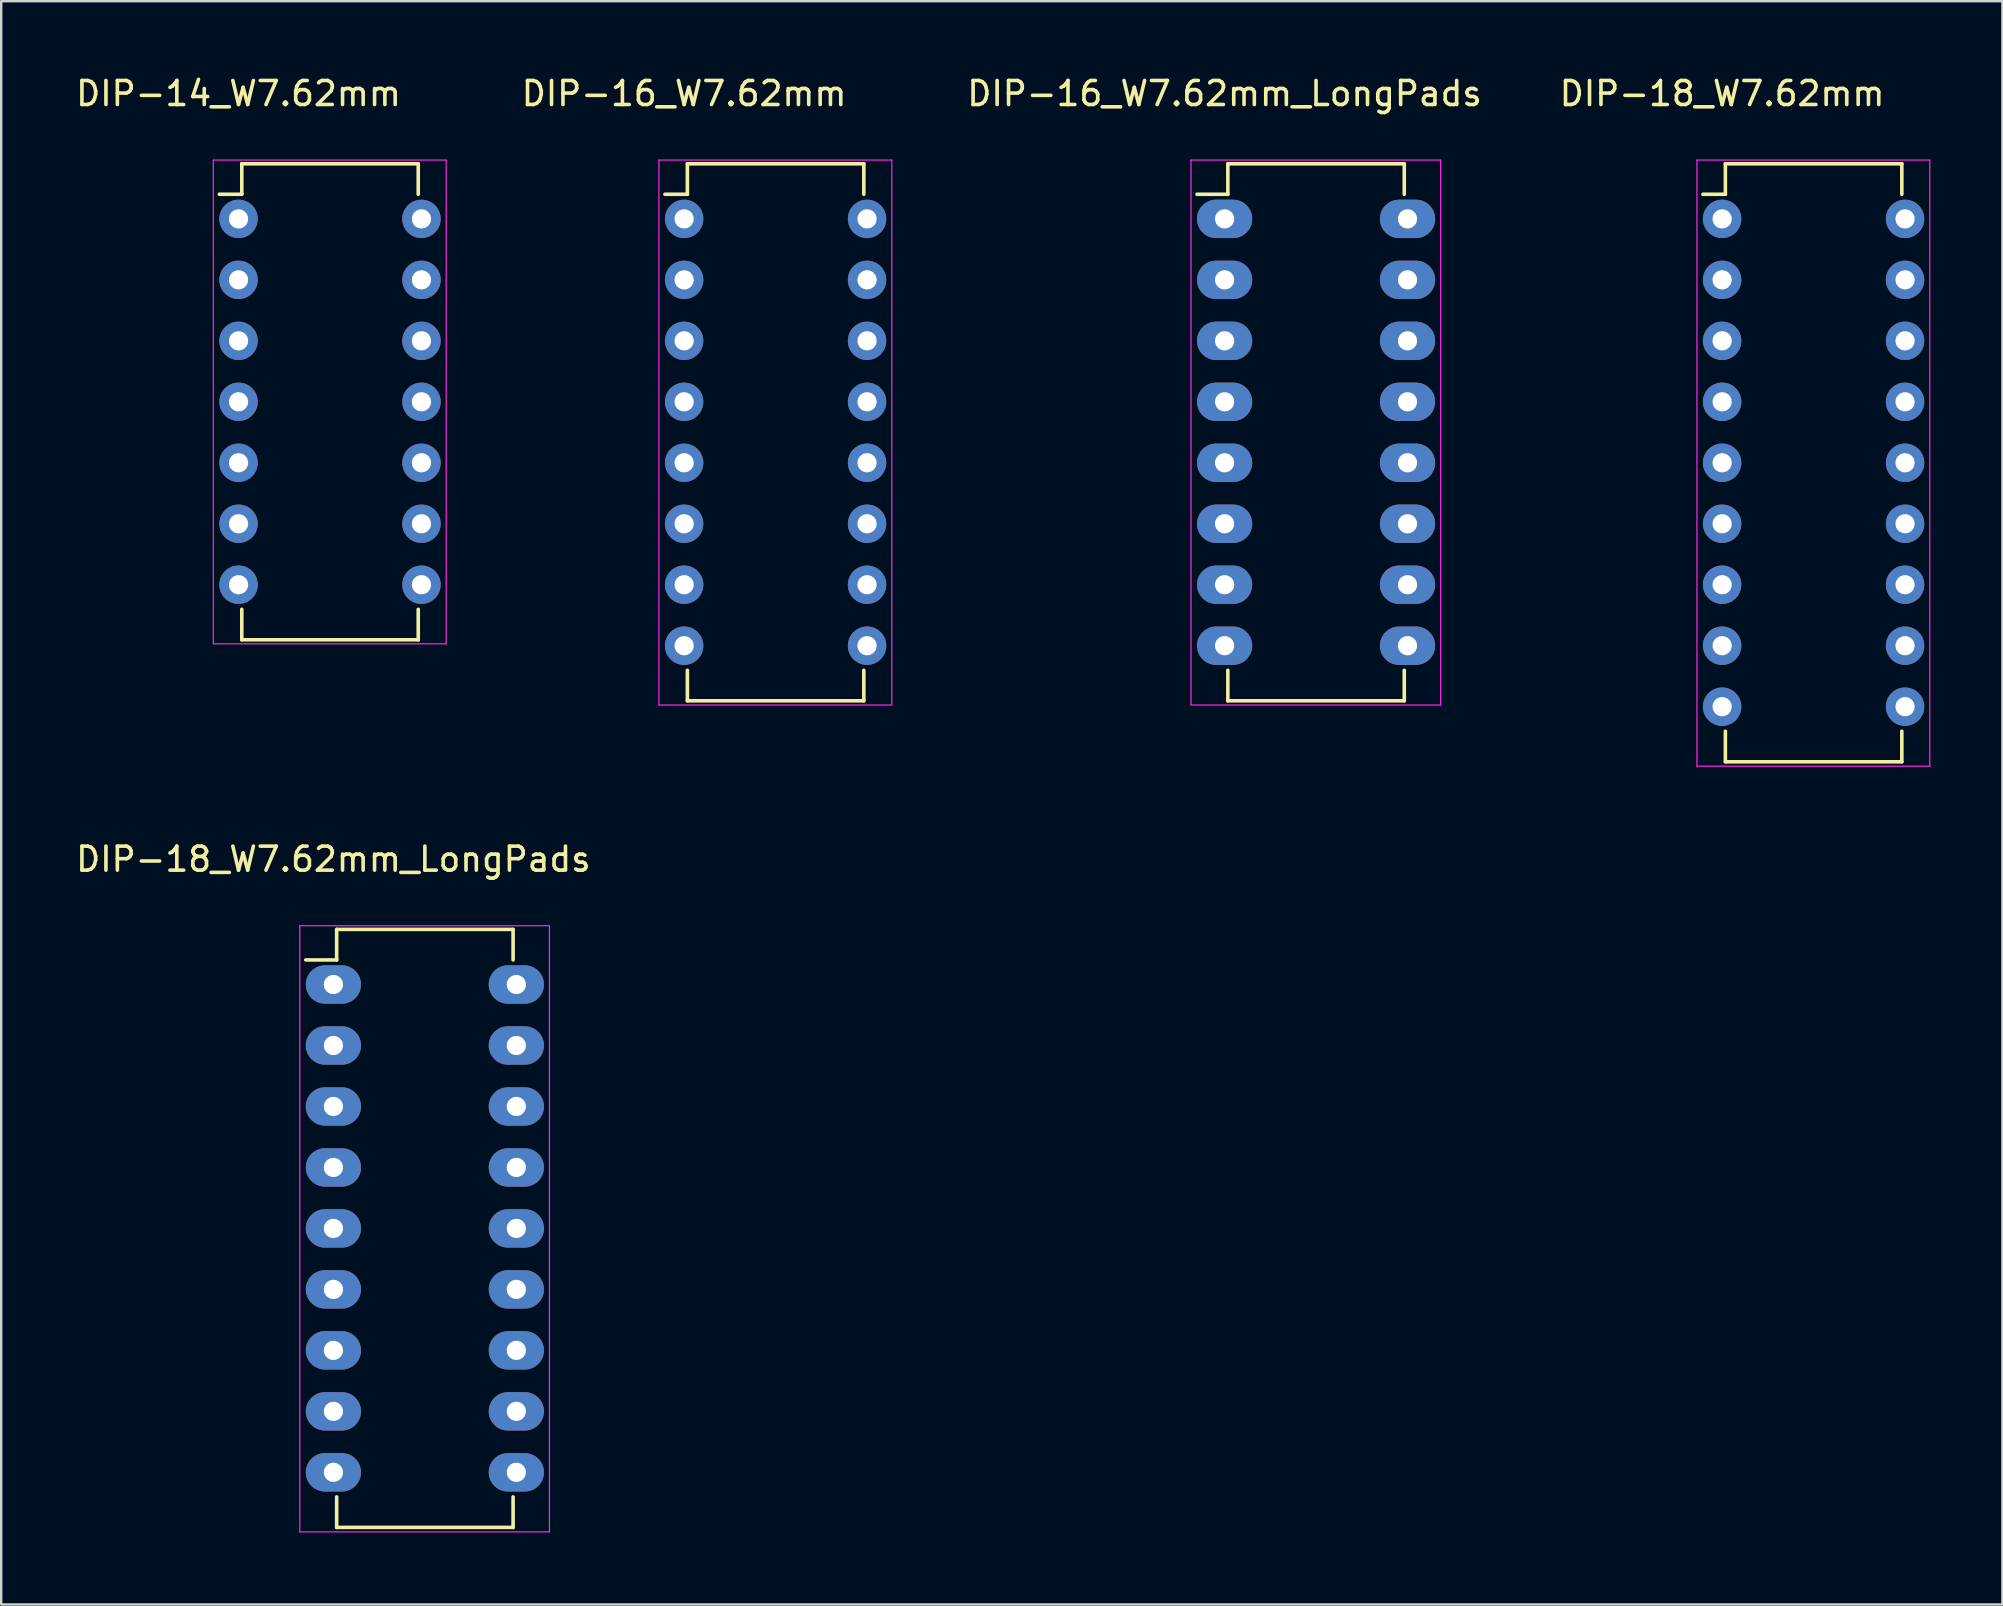
<source format=kicad_pcb>
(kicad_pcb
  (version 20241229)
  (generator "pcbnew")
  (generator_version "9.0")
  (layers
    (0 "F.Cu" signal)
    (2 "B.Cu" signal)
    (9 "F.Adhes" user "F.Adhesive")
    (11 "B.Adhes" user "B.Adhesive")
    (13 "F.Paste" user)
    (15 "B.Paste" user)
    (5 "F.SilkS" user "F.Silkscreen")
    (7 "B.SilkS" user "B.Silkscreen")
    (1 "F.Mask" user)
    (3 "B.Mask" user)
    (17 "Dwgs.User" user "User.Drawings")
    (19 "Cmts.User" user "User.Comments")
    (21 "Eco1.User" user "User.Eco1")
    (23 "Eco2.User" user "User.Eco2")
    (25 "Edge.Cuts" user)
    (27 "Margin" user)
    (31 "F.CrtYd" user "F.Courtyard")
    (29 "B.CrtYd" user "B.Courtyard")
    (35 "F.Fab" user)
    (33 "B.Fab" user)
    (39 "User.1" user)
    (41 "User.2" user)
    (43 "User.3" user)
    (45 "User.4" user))
  (footprint "DIP-16_W7.62mm_LongPads"
    (layer "F.Cu")
    (at 47.963 6.068)
    (property "Reference" "DIP-16_W7.62mm_LongPads" (at 0 -5.22 0) (layer "F.SilkS") (effects (font (size 1 1) (thickness 0.15))))
    (attr through_hole)
    (fp_line (start 0.135 -2.295) (end 0.135 -1.025) (stroke (width 0.15) (type solid)) (layer "F.SilkS"))
    (fp_line (start 0.135 -2.295) (end 7.485 -2.295) (stroke (width 0.15) (type solid)) (layer "F.SilkS"))
    (fp_line (start 0.135 -1.025) (end -1.15 -1.025) (stroke (width 0.15) (type solid)) (layer "F.SilkS"))
    (fp_line (start 0.135 20.075) (end 0.135 18.805) (stroke (width 0.15) (type solid)) (layer "F.SilkS"))
    (fp_line (start 0.135 20.075) (end 7.485 20.075) (stroke (width 0.15) (type solid)) (layer "F.SilkS"))
    (fp_line (start 7.485 -2.295) (end 7.485 -1.025) (stroke (width 0.15) (type solid)) (layer "F.SilkS"))
    (fp_line (start 7.485 20.075) (end 7.485 18.805) (stroke (width 0.15) (type solid)) (layer "F.SilkS"))
    (fp_line (start -1.4 -2.45) (end -1.4 20.25) (stroke (width 0.05) (type solid)) (layer "F.CrtYd"))
    (fp_line (start -1.4 -2.45) (end 9 -2.45) (stroke (width 0.05) (type solid)) (layer "F.CrtYd"))
    (fp_line (start -1.4 20.25) (end 9 20.25) (stroke (width 0.05) (type solid)) (layer "F.CrtYd"))
    (fp_line (start 9 -2.45) (end 9 20.25) (stroke (width 0.05) (type solid)) (layer "F.CrtYd"))
    (pad "1" thru_hole oval (at 0 0) (size 2.3 1.6) (drill 0.8) (layers "*.Cu" "*.Mask"))
    (pad "2" thru_hole oval (at 0 2.54) (size 2.3 1.6) (drill 0.8) (layers "*.Cu" "*.Mask"))
    (pad "3" thru_hole oval (at 0 5.08) (size 2.3 1.6) (drill 0.8) (layers "*.Cu" "*.Mask"))
    (pad "4" thru_hole oval (at 0 7.62) (size 2.3 1.6) (drill 0.8) (layers "*.Cu" "*.Mask"))
    (pad "5" thru_hole oval (at 0 10.16) (size 2.3 1.6) (drill 0.8) (layers "*.Cu" "*.Mask"))
    (pad "6" thru_hole oval (at 0 12.7) (size 2.3 1.6) (drill 0.8) (layers "*.Cu" "*.Mask"))
    (pad "7" thru_hole oval (at 0 15.24) (size 2.3 1.6) (drill 0.8) (layers "*.Cu" "*.Mask"))
    (pad "8" thru_hole oval (at 0 17.78) (size 2.3 1.6) (drill 0.8) (layers "*.Cu" "*.Mask"))
    (pad "9" thru_hole oval (at 7.62 17.78) (size 2.3 1.6) (drill 0.8) (layers "*.Cu" "*.Mask"))
    (pad "10" thru_hole oval (at 7.62 15.24) (size 2.3 1.6) (drill 0.8) (layers "*.Cu" "*.Mask"))
    (pad "11" thru_hole oval (at 7.62 12.7) (size 2.3 1.6) (drill 0.8) (layers "*.Cu" "*.Mask"))
    (pad "12" thru_hole oval (at 7.62 10.16) (size 2.3 1.6) (drill 0.8) (layers "*.Cu" "*.Mask"))
    (pad "13" thru_hole oval (at 7.62 7.62) (size 2.3 1.6) (drill 0.8) (layers "*.Cu" "*.Mask"))
    (pad "14" thru_hole oval (at 7.62 5.08) (size 2.3 1.6) (drill 0.8) (layers "*.Cu" "*.Mask"))
    (pad "15" thru_hole oval (at 7.62 2.54) (size 2.3 1.6) (drill 0.8) (layers "*.Cu" "*.Mask"))
    (pad "16" thru_hole oval (at 7.62 0) (size 2.3 1.6) (drill 0.8) (layers "*.Cu" "*.Mask")))
  (footprint "DIP-14_W7.62mm"
    (layer "F.Cu")
    (at 6.887 6.068)
    (property "Reference" "DIP-14_W7.62mm" (at 0 -5.22 0) (layer "F.SilkS") (effects (font (size 1 1) (thickness 0.15))))
    (attr through_hole)
    (fp_line (start 0.135 -2.295) (end 0.135 -1.025) (stroke (width 0.15) (type solid)) (layer "F.SilkS"))
    (fp_line (start 0.135 -2.295) (end 7.485 -2.295) (stroke (width 0.15) (type solid)) (layer "F.SilkS"))
    (fp_line (start 0.135 -1.025) (end -0.8 -1.025) (stroke (width 0.15) (type solid)) (layer "F.SilkS"))
    (fp_line (start 0.135 17.535) (end 0.135 16.265) (stroke (width 0.15) (type solid)) (layer "F.SilkS"))
    (fp_line (start 0.135 17.535) (end 7.485 17.535) (stroke (width 0.15) (type solid)) (layer "F.SilkS"))
    (fp_line (start 7.485 -2.295) (end 7.485 -1.025) (stroke (width 0.15) (type solid)) (layer "F.SilkS"))
    (fp_line (start 7.485 17.535) (end 7.485 16.265) (stroke (width 0.15) (type solid)) (layer "F.SilkS"))
    (fp_line (start -1.05 -2.45) (end -1.05 17.7) (stroke (width 0.05) (type solid)) (layer "F.CrtYd"))
    (fp_line (start -1.05 -2.45) (end 8.65 -2.45) (stroke (width 0.05) (type solid)) (layer "F.CrtYd"))
    (fp_line (start -1.05 17.7) (end 8.65 17.7) (stroke (width 0.05) (type solid)) (layer "F.CrtYd"))
    (fp_line (start 8.65 -2.45) (end 8.65 17.7) (stroke (width 0.05) (type solid)) (layer "F.CrtYd"))
    (pad "1" thru_hole oval (at 0 0) (size 1.6 1.6) (drill 0.8) (layers "*.Cu" "*.Mask"))
    (pad "2" thru_hole oval (at 0 2.54) (size 1.6 1.6) (drill 0.8) (layers "*.Cu" "*.Mask"))
    (pad "3" thru_hole oval (at 0 5.08) (size 1.6 1.6) (drill 0.8) (layers "*.Cu" "*.Mask"))
    (pad "4" thru_hole oval (at 0 7.62) (size 1.6 1.6) (drill 0.8) (layers "*.Cu" "*.Mask"))
    (pad "5" thru_hole oval (at 0 10.16) (size 1.6 1.6) (drill 0.8) (layers "*.Cu" "*.Mask"))
    (pad "6" thru_hole oval (at 0 12.7) (size 1.6 1.6) (drill 0.8) (layers "*.Cu" "*.Mask"))
    (pad "7" thru_hole oval (at 0 15.24) (size 1.6 1.6) (drill 0.8) (layers "*.Cu" "*.Mask"))
    (pad "8" thru_hole oval (at 7.62 15.24) (size 1.6 1.6) (drill 0.8) (layers "*.Cu" "*.Mask"))
    (pad "9" thru_hole oval (at 7.62 12.7) (size 1.6 1.6) (drill 0.8) (layers "*.Cu" "*.Mask"))
    (pad "10" thru_hole oval (at 7.62 10.16) (size 1.6 1.6) (drill 0.8) (layers "*.Cu" "*.Mask"))
    (pad "11" thru_hole oval (at 7.62 7.62) (size 1.6 1.6) (drill 0.8) (layers "*.Cu" "*.Mask"))
    (pad "12" thru_hole oval (at 7.62 5.08) (size 1.6 1.6) (drill 0.8) (layers "*.Cu" "*.Mask"))
    (pad "13" thru_hole oval (at 7.62 2.54) (size 1.6 1.6) (drill 0.8) (layers "*.Cu" "*.Mask"))
    (pad "14" thru_hole oval (at 7.62 0) (size 1.6 1.6) (drill 0.8) (layers "*.Cu" "*.Mask")))
  (footprint "DIP-16_W7.62mm"
    (layer "F.Cu")
    (at 25.449 6.068)
    (property "Reference" "DIP-16_W7.62mm" (at 0 -5.22 0) (layer "F.SilkS") (effects (font (size 1 1) (thickness 0.15))))
    (attr through_hole)
    (fp_line (start 0.135 -2.295) (end 0.135 -1.025) (stroke (width 0.15) (type solid)) (layer "F.SilkS"))
    (fp_line (start 0.135 -2.295) (end 7.485 -2.295) (stroke (width 0.15) (type solid)) (layer "F.SilkS"))
    (fp_line (start 0.135 -1.025) (end -0.8 -1.025) (stroke (width 0.15) (type solid)) (layer "F.SilkS"))
    (fp_line (start 0.135 20.075) (end 0.135 18.805) (stroke (width 0.15) (type solid)) (layer "F.SilkS"))
    (fp_line (start 0.135 20.075) (end 7.485 20.075) (stroke (width 0.15) (type solid)) (layer "F.SilkS"))
    (fp_line (start 7.485 -2.295) (end 7.485 -1.025) (stroke (width 0.15) (type solid)) (layer "F.SilkS"))
    (fp_line (start 7.485 20.075) (end 7.485 18.805) (stroke (width 0.15) (type solid)) (layer "F.SilkS"))
    (fp_line (start -1.05 -2.45) (end -1.05 20.25) (stroke (width 0.05) (type solid)) (layer "F.CrtYd"))
    (fp_line (start -1.05 -2.45) (end 8.65 -2.45) (stroke (width 0.05) (type solid)) (layer "F.CrtYd"))
    (fp_line (start -1.05 20.25) (end 8.65 20.25) (stroke (width 0.05) (type solid)) (layer "F.CrtYd"))
    (fp_line (start 8.65 -2.45) (end 8.65 20.25) (stroke (width 0.05) (type solid)) (layer "F.CrtYd"))
    (pad "1" thru_hole oval (at 0 0) (size 1.6 1.6) (drill 0.8) (layers "*.Cu" "*.Mask"))
    (pad "2" thru_hole oval (at 0 2.54) (size 1.6 1.6) (drill 0.8) (layers "*.Cu" "*.Mask"))
    (pad "3" thru_hole oval (at 0 5.08) (size 1.6 1.6) (drill 0.8) (layers "*.Cu" "*.Mask"))
    (pad "4" thru_hole oval (at 0 7.62) (size 1.6 1.6) (drill 0.8) (layers "*.Cu" "*.Mask"))
    (pad "5" thru_hole oval (at 0 10.16) (size 1.6 1.6) (drill 0.8) (layers "*.Cu" "*.Mask"))
    (pad "6" thru_hole oval (at 0 12.7) (size 1.6 1.6) (drill 0.8) (layers "*.Cu" "*.Mask"))
    (pad "7" thru_hole oval (at 0 15.24) (size 1.6 1.6) (drill 0.8) (layers "*.Cu" "*.Mask"))
    (pad "8" thru_hole oval (at 0 17.78) (size 1.6 1.6) (drill 0.8) (layers "*.Cu" "*.Mask"))
    (pad "9" thru_hole oval (at 7.62 17.78) (size 1.6 1.6) (drill 0.8) (layers "*.Cu" "*.Mask"))
    (pad "10" thru_hole oval (at 7.62 15.24) (size 1.6 1.6) (drill 0.8) (layers "*.Cu" "*.Mask"))
    (pad "11" thru_hole oval (at 7.62 12.7) (size 1.6 1.6) (drill 0.8) (layers "*.Cu" "*.Mask"))
    (pad "12" thru_hole oval (at 7.62 10.16) (size 1.6 1.6) (drill 0.8) (layers "*.Cu" "*.Mask"))
    (pad "13" thru_hole oval (at 7.62 7.62) (size 1.6 1.6) (drill 0.8) (layers "*.Cu" "*.Mask"))
    (pad "14" thru_hole oval (at 7.62 5.08) (size 1.6 1.6) (drill 0.8) (layers "*.Cu" "*.Mask"))
    (pad "15" thru_hole oval (at 7.62 2.54) (size 1.6 1.6) (drill 0.8) (layers "*.Cu" "*.Mask"))
    (pad "16" thru_hole oval (at 7.62 0) (size 1.6 1.6) (drill 0.8) (layers "*.Cu" "*.Mask")))
  (footprint "DIP-18_W7.62mm"
    (layer "F.Cu")
    (at 68.689 6.068)
    (property "Reference" "DIP-18_W7.62mm" (at 0 -5.22 0) (layer "F.SilkS") (effects (font (size 1 1) (thickness 0.15))))
    (attr through_hole)
    (fp_line (start 0.135 -2.295) (end 0.135 -1.025) (stroke (width 0.15) (type solid)) (layer "F.SilkS"))
    (fp_line (start 0.135 -2.295) (end 7.485 -2.295) (stroke (width 0.15) (type solid)) (layer "F.SilkS"))
    (fp_line (start 0.135 -1.025) (end -0.8 -1.025) (stroke (width 0.15) (type solid)) (layer "F.SilkS"))
    (fp_line (start 0.135 22.615) (end 0.135 21.345) (stroke (width 0.15) (type solid)) (layer "F.SilkS"))
    (fp_line (start 0.135 22.615) (end 7.485 22.615) (stroke (width 0.15) (type solid)) (layer "F.SilkS"))
    (fp_line (start 7.485 -2.295) (end 7.485 -1.025) (stroke (width 0.15) (type solid)) (layer "F.SilkS"))
    (fp_line (start 7.485 22.615) (end 7.485 21.345) (stroke (width 0.15) (type solid)) (layer "F.SilkS"))
    (fp_line (start -1.05 -2.45) (end -1.05 22.8) (stroke (width 0.05) (type solid)) (layer "F.CrtYd"))
    (fp_line (start -1.05 -2.45) (end 8.65 -2.45) (stroke (width 0.05) (type solid)) (layer "F.CrtYd"))
    (fp_line (start -1.05 22.8) (end 8.65 22.8) (stroke (width 0.05) (type solid)) (layer "F.CrtYd"))
    (fp_line (start 8.65 -2.45) (end 8.65 22.8) (stroke (width 0.05) (type solid)) (layer "F.CrtYd"))
    (pad "1" thru_hole oval (at 0 0) (size 1.6 1.6) (drill 0.8) (layers "*.Cu" "*.Mask"))
    (pad "2" thru_hole oval (at 0 2.54) (size 1.6 1.6) (drill 0.8) (layers "*.Cu" "*.Mask"))
    (pad "3" thru_hole oval (at 0 5.08) (size 1.6 1.6) (drill 0.8) (layers "*.Cu" "*.Mask"))
    (pad "4" thru_hole oval (at 0 7.62) (size 1.6 1.6) (drill 0.8) (layers "*.Cu" "*.Mask"))
    (pad "5" thru_hole oval (at 0 10.16) (size 1.6 1.6) (drill 0.8) (layers "*.Cu" "*.Mask"))
    (pad "6" thru_hole oval (at 0 12.7) (size 1.6 1.6) (drill 0.8) (layers "*.Cu" "*.Mask"))
    (pad "7" thru_hole oval (at 0 15.24) (size 1.6 1.6) (drill 0.8) (layers "*.Cu" "*.Mask"))
    (pad "8" thru_hole oval (at 0 17.78) (size 1.6 1.6) (drill 0.8) (layers "*.Cu" "*.Mask"))
    (pad "9" thru_hole oval (at 0 20.32) (size 1.6 1.6) (drill 0.8) (layers "*.Cu" "*.Mask"))
    (pad "10" thru_hole oval (at 7.62 20.32) (size 1.6 1.6) (drill 0.8) (layers "*.Cu" "*.Mask"))
    (pad "11" thru_hole oval (at 7.62 17.78) (size 1.6 1.6) (drill 0.8) (layers "*.Cu" "*.Mask"))
    (pad "12" thru_hole oval (at 7.62 15.24) (size 1.6 1.6) (drill 0.8) (layers "*.Cu" "*.Mask"))
    (pad "13" thru_hole oval (at 7.62 12.7) (size 1.6 1.6) (drill 0.8) (layers "*.Cu" "*.Mask"))
    (pad "14" thru_hole oval (at 7.62 10.16) (size 1.6 1.6) (drill 0.8) (layers "*.Cu" "*.Mask"))
    (pad "15" thru_hole oval (at 7.62 7.62) (size 1.6 1.6) (drill 0.8) (layers "*.Cu" "*.Mask"))
    (pad "16" thru_hole oval (at 7.62 5.08) (size 1.6 1.6) (drill 0.8) (layers "*.Cu" "*.Mask"))
    (pad "17" thru_hole oval (at 7.62 2.54) (size 1.6 1.6) (drill 0.8) (layers "*.Cu" "*.Mask"))
    (pad "18" thru_hole oval (at 7.62 0) (size 1.6 1.6) (drill 0.8) (layers "*.Cu" "*.Mask")))
  (footprint "DIP-18_W7.62mm_LongPads"
    (layer "F.Cu")
    (at 10.839 37.962)
    (property "Reference" "DIP-18_W7.62mm_LongPads" (at 0 -5.22 0) (layer "F.SilkS") (effects (font (size 1 1) (thickness 0.15))))
    (attr through_hole)
    (fp_line (start 0.135 -2.295) (end 0.135 -1.025) (stroke (width 0.15) (type solid)) (layer "F.SilkS"))
    (fp_line (start 0.135 -2.295) (end 7.485 -2.295) (stroke (width 0.15) (type solid)) (layer "F.SilkS"))
    (fp_line (start 0.135 -1.025) (end -1.15 -1.025) (stroke (width 0.15) (type solid)) (layer "F.SilkS"))
    (fp_line (start 0.135 22.615) (end 0.135 21.345) (stroke (width 0.15) (type solid)) (layer "F.SilkS"))
    (fp_line (start 0.135 22.615) (end 7.485 22.615) (stroke (width 0.15) (type solid)) (layer "F.SilkS"))
    (fp_line (start 7.485 -2.295) (end 7.485 -1.025) (stroke (width 0.15) (type solid)) (layer "F.SilkS"))
    (fp_line (start 7.485 22.615) (end 7.485 21.345) (stroke (width 0.15) (type solid)) (layer "F.SilkS"))
    (fp_line (start -1.4 -2.45) (end -1.4 22.8) (stroke (width 0.05) (type solid)) (layer "F.CrtYd"))
    (fp_line (start -1.4 -2.45) (end 9 -2.45) (stroke (width 0.05) (type solid)) (layer "F.CrtYd"))
    (fp_line (start -1.4 22.8) (end 9 22.8) (stroke (width 0.05) (type solid)) (layer "F.CrtYd"))
    (fp_line (start 9 -2.45) (end 9 22.8) (stroke (width 0.05) (type solid)) (layer "F.CrtYd"))
    (pad "1" thru_hole oval (at 0 0) (size 2.3 1.6) (drill 0.8) (layers "*.Cu" "*.Mask"))
    (pad "2" thru_hole oval (at 0 2.54) (size 2.3 1.6) (drill 0.8) (layers "*.Cu" "*.Mask"))
    (pad "3" thru_hole oval (at 0 5.08) (size 2.3 1.6) (drill 0.8) (layers "*.Cu" "*.Mask"))
    (pad "4" thru_hole oval (at 0 7.62) (size 2.3 1.6) (drill 0.8) (layers "*.Cu" "*.Mask"))
    (pad "5" thru_hole oval (at 0 10.16) (size 2.3 1.6) (drill 0.8) (layers "*.Cu" "*.Mask"))
    (pad "6" thru_hole oval (at 0 12.7) (size 2.3 1.6) (drill 0.8) (layers "*.Cu" "*.Mask"))
    (pad "7" thru_hole oval (at 0 15.24) (size 2.3 1.6) (drill 0.8) (layers "*.Cu" "*.Mask"))
    (pad "8" thru_hole oval (at 0 17.78) (size 2.3 1.6) (drill 0.8) (layers "*.Cu" "*.Mask"))
    (pad "9" thru_hole oval (at 0 20.32) (size 2.3 1.6) (drill 0.8) (layers "*.Cu" "*.Mask"))
    (pad "10" thru_hole oval (at 7.62 20.32) (size 2.3 1.6) (drill 0.8) (layers "*.Cu" "*.Mask"))
    (pad "11" thru_hole oval (at 7.62 17.78) (size 2.3 1.6) (drill 0.8) (layers "*.Cu" "*.Mask"))
    (pad "12" thru_hole oval (at 7.62 15.24) (size 2.3 1.6) (drill 0.8) (layers "*.Cu" "*.Mask"))
    (pad "13" thru_hole oval (at 7.62 12.7) (size 2.3 1.6) (drill 0.8) (layers "*.Cu" "*.Mask"))
    (pad "14" thru_hole oval (at 7.62 10.16) (size 2.3 1.6) (drill 0.8) (layers "*.Cu" "*.Mask"))
    (pad "15" thru_hole oval (at 7.62 7.62) (size 2.3 1.6) (drill 0.8) (layers "*.Cu" "*.Mask"))
    (pad "16" thru_hole oval (at 7.62 5.08) (size 2.3 1.6) (drill 0.8) (layers "*.Cu" "*.Mask"))
    (pad "17" thru_hole oval (at 7.62 2.54) (size 2.3 1.6) (drill 0.8) (layers "*.Cu" "*.Mask"))
    (pad "18" thru_hole oval (at 7.62 0) (size 2.3 1.6) (drill 0.8) (layers "*.Cu" "*.Mask")))
  (gr_rect
    (start -3 -3)
    (end 80.364 63.786)
    (stroke (width 0.1) (type default))
    (fill no)
    (layer "Edge.Cuts")))
</source>
